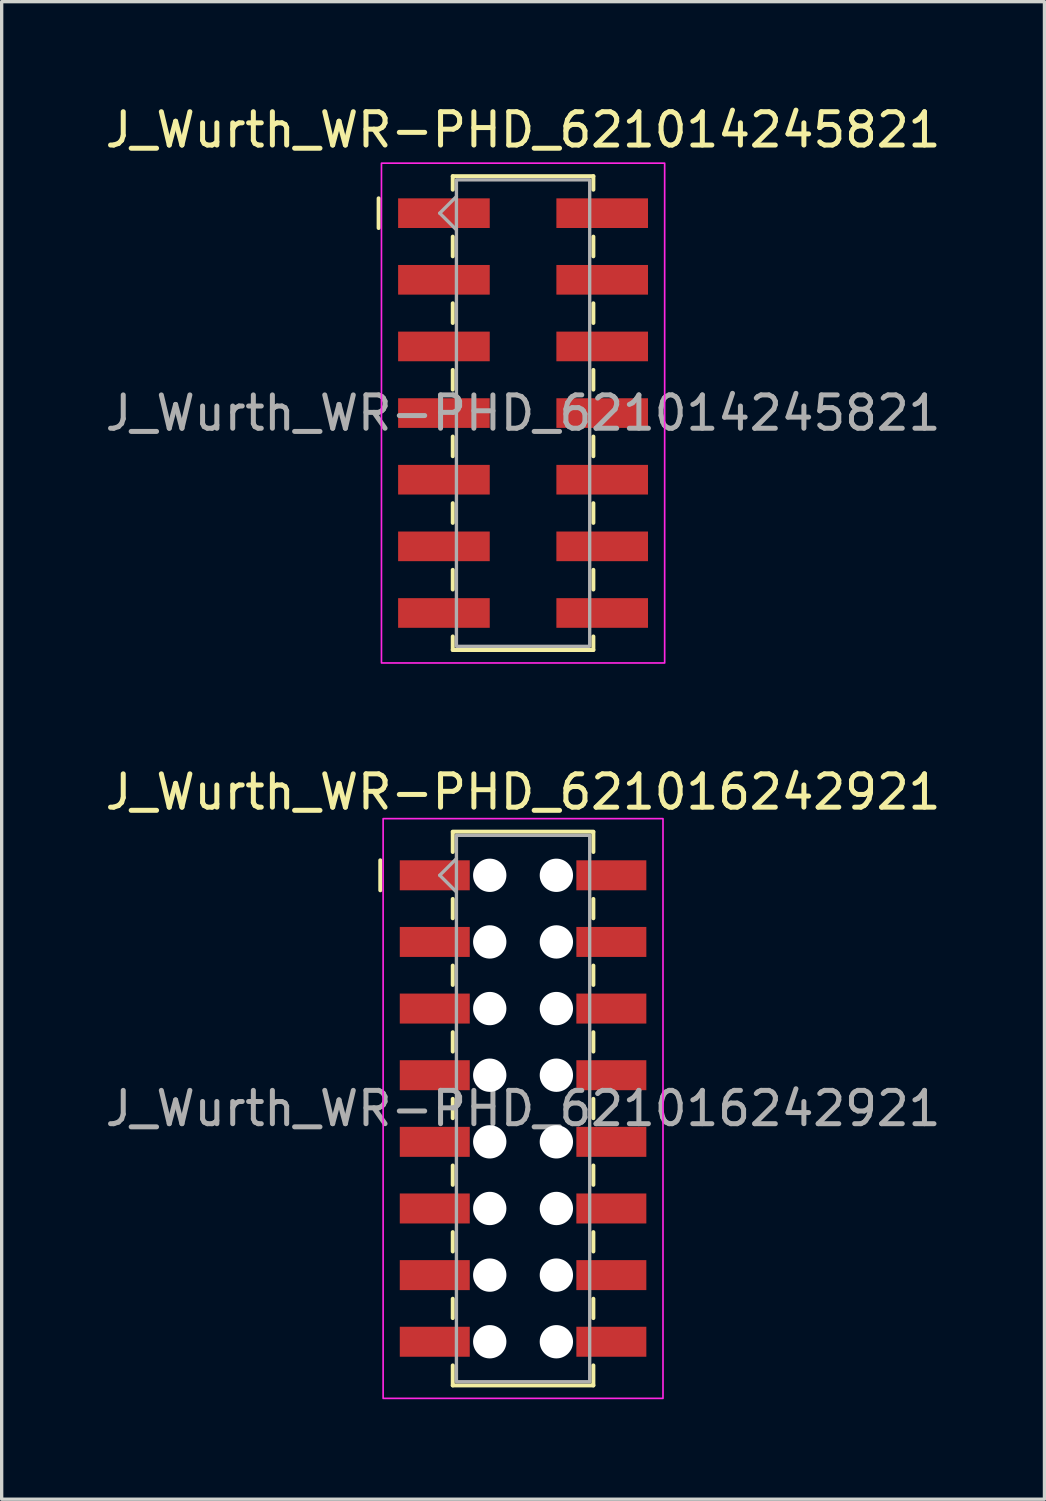
<source format=kicad_pcb>
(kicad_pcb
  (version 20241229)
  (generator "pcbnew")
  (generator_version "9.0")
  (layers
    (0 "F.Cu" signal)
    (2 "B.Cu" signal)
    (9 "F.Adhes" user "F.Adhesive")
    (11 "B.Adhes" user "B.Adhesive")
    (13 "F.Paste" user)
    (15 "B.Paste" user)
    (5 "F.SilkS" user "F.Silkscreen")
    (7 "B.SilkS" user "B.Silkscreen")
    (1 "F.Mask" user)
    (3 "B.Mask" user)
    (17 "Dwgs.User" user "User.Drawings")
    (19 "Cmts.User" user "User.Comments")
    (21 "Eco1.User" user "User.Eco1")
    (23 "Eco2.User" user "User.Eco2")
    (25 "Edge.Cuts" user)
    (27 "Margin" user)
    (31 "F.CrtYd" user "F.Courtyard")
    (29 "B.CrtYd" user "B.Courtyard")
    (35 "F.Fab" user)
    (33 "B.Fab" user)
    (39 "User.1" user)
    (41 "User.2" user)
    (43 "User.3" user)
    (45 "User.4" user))
  (footprint "J_Wurth_WR-PHD_621016242921"
    (layer "F.Cu")
    (at 12.649 30.221)
    (property "Reference" "J_Wurth_WR-PHD_621016242921" (at 0 -9.5 0) (unlocked yes) (layer "F.SilkS") (effects (font (size 1 1) (thickness 0.15))))
    (attr smd)
    (fp_line (start -4.285 -7.45) (end -4.285 -6.55) (stroke (width 0.12) (type solid)) (layer "F.SilkS"))
    (fp_line (start -2.11 -8.31) (end 2.11 -8.31) (stroke (width 0.12) (type solid)) (layer "F.SilkS"))
    (fp_line (start -2.11 -7.7) (end -2.11 -8.3) (stroke (width 0.12) (type solid)) (layer "F.SilkS"))
    (fp_line (start -2.11 -6.29) (end -2.11 -5.71) (stroke (width 0.12) (type solid)) (layer "F.SilkS"))
    (fp_line (start -2.11 -4.29) (end -2.11 -3.71) (stroke (width 0.12) (type solid)) (layer "F.SilkS"))
    (fp_line (start -2.11 -2.29) (end -2.11 -1.71) (stroke (width 0.12) (type solid)) (layer "F.SilkS"))
    (fp_line (start -2.11 -0.29) (end -2.11 0.29) (stroke (width 0.12) (type solid)) (layer "F.SilkS"))
    (fp_line (start -2.11 1.71) (end -2.11 2.29) (stroke (width 0.12) (type solid)) (layer "F.SilkS"))
    (fp_line (start -2.11 3.71) (end -2.11 4.29) (stroke (width 0.12) (type solid)) (layer "F.SilkS"))
    (fp_line (start -2.11 5.71) (end -2.11 6.29) (stroke (width 0.12) (type solid)) (layer "F.SilkS"))
    (fp_line (start -2.11 7.71) (end -2.11 8.31) (stroke (width 0.12) (type solid)) (layer "F.SilkS"))
    (fp_line (start 2.11 -7.7) (end 2.11 -8.3) (stroke (width 0.12) (type solid)) (layer "F.SilkS"))
    (fp_line (start 2.11 -6.29) (end 2.11 -5.71) (stroke (width 0.12) (type solid)) (layer "F.SilkS"))
    (fp_line (start 2.11 -4.29) (end 2.11 -3.71) (stroke (width 0.12) (type solid)) (layer "F.SilkS"))
    (fp_line (start 2.11 -2.29) (end 2.11 -1.71) (stroke (width 0.12) (type solid)) (layer "F.SilkS"))
    (fp_line (start 2.11 -0.29) (end 2.11 0.29) (stroke (width 0.12) (type solid)) (layer "F.SilkS"))
    (fp_line (start 2.11 1.71) (end 2.11 2.29) (stroke (width 0.12) (type solid)) (layer "F.SilkS"))
    (fp_line (start 2.11 3.71) (end 2.11 4.29) (stroke (width 0.12) (type solid)) (layer "F.SilkS"))
    (fp_line (start 2.11 5.71) (end 2.11 6.29) (stroke (width 0.12) (type solid)) (layer "F.SilkS"))
    (fp_line (start 2.11 7.71) (end 2.11 8.31) (stroke (width 0.12) (type solid)) (layer "F.SilkS"))
    (fp_line (start 2.11 8.31) (end -2.11 8.31) (stroke (width 0.12) (type solid)) (layer "F.SilkS"))
    (fp_rect (start -4.2 -8.7) (end 4.2 8.7) (stroke (width 0.05) (type solid)) (fill no) (layer "F.CrtYd"))
    (fp_line (start -2.5 -7) (end -2 -6.5) (stroke (width 0.1) (type default)) (layer "F.Fab"))
    (fp_line (start -2 -7.5) (end -2.5 -7) (stroke (width 0.1) (type default)) (layer "F.Fab"))
    (fp_rect (start -2 -8.2) (end 2 8.2) (stroke (width 0.1) (type solid)) (fill no) (layer "F.Fab"))
    (fp_text user "${REFERENCE}" (at 0 0 0) (unlocked yes) (layer "F.Fab") (effects (font (size 1 1) (thickness 0.15))))
    (pad "" np_thru_hole circle (at -1 -7 270) (size 1 1) (drill 1) (layers "*.Cu" "*.Mask"))
    (pad "" np_thru_hole circle (at -1 -5 270) (size 1 1) (drill 1) (layers "*.Cu" "*.Mask"))
    (pad "" np_thru_hole circle (at -1 -3 270) (size 1 1) (drill 1) (layers "*.Cu" "*.Mask"))
    (pad "" np_thru_hole circle (at -1 -1 270) (size 1 1) (drill 1) (layers "*.Cu" "*.Mask"))
    (pad "" np_thru_hole circle (at -1 1 270) (size 1 1) (drill 1) (layers "*.Cu" "*.Mask"))
    (pad "" np_thru_hole circle (at -1 3 270) (size 1 1) (drill 1) (layers "*.Cu" "*.Mask"))
    (pad "" np_thru_hole circle (at -1 5 270) (size 1 1) (drill 1) (layers "*.Cu" "*.Mask"))
    (pad "" np_thru_hole circle (at -1 7 270) (size 1 1) (drill 1) (layers "*.Cu" "*.Mask"))
    (pad "" np_thru_hole circle (at 1 -7 270) (size 1 1) (drill 1) (layers "*.Cu" "*.Mask"))
    (pad "" np_thru_hole circle (at 1 -5 270) (size 1 1) (drill 1) (layers "*.Cu" "*.Mask"))
    (pad "" np_thru_hole circle (at 1 -3 270) (size 1 1) (drill 1) (layers "*.Cu" "*.Mask"))
    (pad "" np_thru_hole circle (at 1 -1 270) (size 1 1) (drill 1) (layers "*.Cu" "*.Mask"))
    (pad "" np_thru_hole circle (at 1 1 270) (size 1 1) (drill 1) (layers "*.Cu" "*.Mask"))
    (pad "" np_thru_hole circle (at 1 3 270) (size 1 1) (drill 1) (layers "*.Cu" "*.Mask"))
    (pad "" np_thru_hole circle (at 1 5 270) (size 1 1) (drill 1) (layers "*.Cu" "*.Mask"))
    (pad "" np_thru_hole circle (at 1 7 270) (size 1 1) (drill 1) (layers "*.Cu" "*.Mask"))
    (pad "1" smd rect (at -2.65 -7 270) (size 0.9 2.1) (layers "F.Cu" "F.Mask" "F.Paste"))
    (pad "2" smd rect (at 2.65 -7 270) (size 0.9 2.1) (layers "F.Cu" "F.Mask" "F.Paste"))
    (pad "3" smd rect (at -2.65 -5 270) (size 0.9 2.1) (layers "F.Cu" "F.Mask" "F.Paste"))
    (pad "4" smd rect (at 2.65 -5 270) (size 0.9 2.1) (layers "F.Cu" "F.Mask" "F.Paste"))
    (pad "5" smd rect (at -2.65 -3 270) (size 0.9 2.1) (layers "F.Cu" "F.Mask" "F.Paste"))
    (pad "6" smd rect (at 2.65 -3 270) (size 0.9 2.1) (layers "F.Cu" "F.Mask" "F.Paste"))
    (pad "7" smd rect (at -2.65 -1 270) (size 0.9 2.1) (layers "F.Cu" "F.Mask" "F.Paste"))
    (pad "8" smd rect (at 2.65 -1 270) (size 0.9 2.1) (layers "F.Cu" "F.Mask" "F.Paste"))
    (pad "9" smd rect (at -2.65 1 270) (size 0.9 2.1) (layers "F.Cu" "F.Mask" "F.Paste"))
    (pad "10" smd rect (at 2.65 1 270) (size 0.9 2.1) (layers "F.Cu" "F.Mask" "F.Paste"))
    (pad "11" smd rect (at -2.65 3 270) (size 0.9 2.1) (layers "F.Cu" "F.Mask" "F.Paste"))
    (pad "12" smd rect (at 2.65 3 270) (size 0.9 2.1) (layers "F.Cu" "F.Mask" "F.Paste"))
    (pad "13" smd rect (at -2.65 5 270) (size 0.9 2.1) (layers "F.Cu" "F.Mask" "F.Paste"))
    (pad "14" smd rect (at 2.65 5 270) (size 0.9 2.1) (layers "F.Cu" "F.Mask" "F.Paste"))
    (pad "15" smd rect (at -2.65 7 270) (size 0.9 2.1) (layers "F.Cu" "F.Mask" "F.Paste"))
    (pad "16" smd rect (at 2.65 7 270) (size 0.9 2.1) (layers "F.Cu" "F.Mask" "F.Paste")))
  (footprint "J_Wurth_WR-PHD_621014245821"
    (layer "F.Cu")
    (at 12.649 9.348)
    (property "Reference" "J_Wurth_WR-PHD_621014245821" (at 0 -8.5 0) (unlocked yes) (layer "F.SilkS") (effects (font (size 1 1) (thickness 0.15))))
    (attr smd)
    (fp_line (start -4.335 -6.445) (end -4.335 -5.555) (stroke (width 0.12) (type solid)) (layer "F.SilkS"))
    (fp_line (start -2.11 -7.11) (end -2.11 -6.705) (stroke (width 0.12) (type solid)) (layer "F.SilkS"))
    (fp_line (start -2.11 -5.295) (end -2.11 -4.705) (stroke (width 0.12) (type solid)) (layer "F.SilkS"))
    (fp_line (start -2.11 -3.295) (end -2.11 -2.705) (stroke (width 0.12) (type solid)) (layer "F.SilkS"))
    (fp_line (start -2.11 -1.295) (end -2.11 -0.705) (stroke (width 0.12) (type solid)) (layer "F.SilkS"))
    (fp_line (start -2.11 0.705) (end -2.11 1.295) (stroke (width 0.12) (type solid)) (layer "F.SilkS"))
    (fp_line (start -2.11 2.705) (end -2.11 3.295) (stroke (width 0.12) (type solid)) (layer "F.SilkS"))
    (fp_line (start -2.11 4.705) (end -2.11 5.295) (stroke (width 0.12) (type solid)) (layer "F.SilkS"))
    (fp_line (start -2.11 6.705) (end -2.11 7.11) (stroke (width 0.12) (type solid)) (layer "F.SilkS"))
    (fp_line (start 2.11 -7.11) (end -2.11 -7.11) (stroke (width 0.12) (type solid)) (layer "F.SilkS"))
    (fp_line (start 2.11 -7.11) (end 2.11 -6.705) (stroke (width 0.12) (type solid)) (layer "F.SilkS"))
    (fp_line (start 2.11 -5.295) (end 2.11 -4.705) (stroke (width 0.12) (type solid)) (layer "F.SilkS"))
    (fp_line (start 2.11 -3.295) (end 2.11 -2.705) (stroke (width 0.12) (type solid)) (layer "F.SilkS"))
    (fp_line (start 2.11 -1.295) (end 2.11 -0.705) (stroke (width 0.12) (type solid)) (layer "F.SilkS"))
    (fp_line (start 2.11 0.705) (end 2.11 1.295) (stroke (width 0.12) (type solid)) (layer "F.SilkS"))
    (fp_line (start 2.11 2.705) (end 2.11 3.295) (stroke (width 0.12) (type solid)) (layer "F.SilkS"))
    (fp_line (start 2.11 4.705) (end 2.11 5.295) (stroke (width 0.12) (type solid)) (layer "F.SilkS"))
    (fp_line (start 2.11 6.705) (end 2.11 7.11) (stroke (width 0.12) (type solid)) (layer "F.SilkS"))
    (fp_line (start 2.11 7.11) (end -2.11 7.11) (stroke (width 0.12) (type solid)) (layer "F.SilkS"))
    (fp_rect (start -4.25 -7.5) (end 4.25 7.5) (stroke (width 0.05) (type solid)) (fill no) (layer "F.CrtYd"))
    (fp_line (start -2.5 -6) (end -2 -5.5) (stroke (width 0.1) (type default)) (layer "F.Fab"))
    (fp_line (start -2 -6.5) (end -2.5 -6) (stroke (width 0.1) (type default)) (layer "F.Fab"))
    (fp_rect (start -2 -7) (end 2 7) (stroke (width 0.1) (type solid)) (fill no) (layer "F.Fab"))
    (fp_text user "${REFERENCE}" (at 0 0 0) (unlocked yes) (layer "F.Fab") (effects (font (size 1 1) (thickness 0.15))))
    (pad "1" smd rect (at -2.375 -6 270) (size 0.89 2.75) (layers "F.Cu" "F.Mask" "F.Paste"))
    (pad "2" smd rect (at 2.375 -6 270) (size 0.89 2.75) (layers "F.Cu" "F.Mask" "F.Paste"))
    (pad "3" smd rect (at -2.375 -4 270) (size 0.89 2.75) (layers "F.Cu" "F.Mask" "F.Paste"))
    (pad "4" smd rect (at 2.375 -4 270) (size 0.89 2.75) (layers "F.Cu" "F.Mask" "F.Paste"))
    (pad "5" smd rect (at -2.375 -2 270) (size 0.89 2.75) (layers "F.Cu" "F.Mask" "F.Paste"))
    (pad "6" smd rect (at 2.375 -2 270) (size 0.89 2.75) (layers "F.Cu" "F.Mask" "F.Paste"))
    (pad "7" smd rect (at -2.375 0 270) (size 0.89 2.75) (layers "F.Cu" "F.Mask" "F.Paste"))
    (pad "8" smd rect (at 2.375 0 270) (size 0.89 2.75) (layers "F.Cu" "F.Mask" "F.Paste"))
    (pad "9" smd rect (at -2.375 2 270) (size 0.89 2.75) (layers "F.Cu" "F.Mask" "F.Paste"))
    (pad "10" smd rect (at 2.375 2 270) (size 0.89 2.75) (layers "F.Cu" "F.Mask" "F.Paste"))
    (pad "11" smd rect (at -2.375 4 270) (size 0.89 2.75) (layers "F.Cu" "F.Mask" "F.Paste"))
    (pad "12" smd rect (at 2.375 4 270) (size 0.89 2.75) (layers "F.Cu" "F.Mask" "F.Paste"))
    (pad "13" smd rect (at -2.375 6 270) (size 0.89 2.75) (layers "F.Cu" "F.Mask" "F.Paste"))
    (pad "14" smd rect (at 2.375 6 270) (size 0.89 2.75) (layers "F.Cu" "F.Mask" "F.Paste")))
  (gr_rect
    (start -3 -3)
    (end 28.298 41.947)
    (stroke (width 0.1) (type default))
    (fill no)
    (layer "Edge.Cuts")))
</source>
